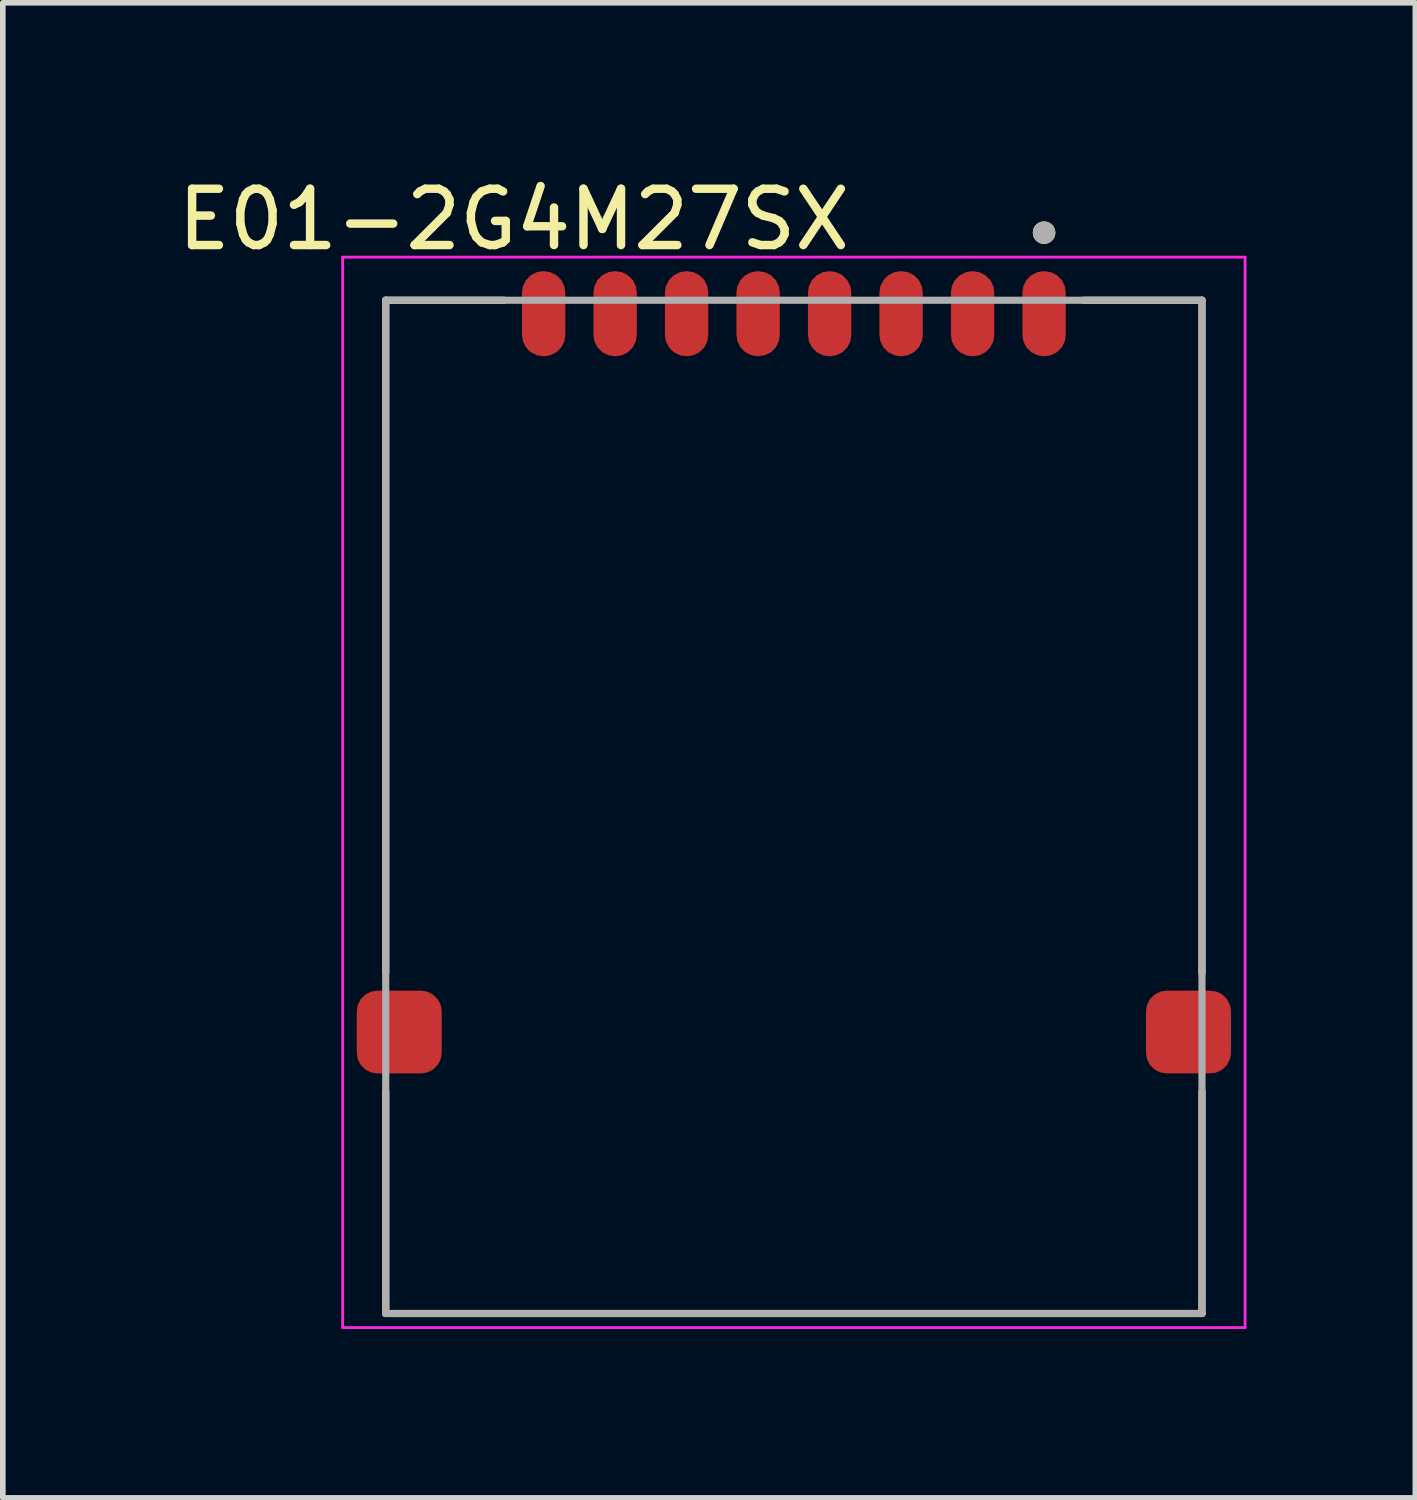
<source format=kicad_pcb>
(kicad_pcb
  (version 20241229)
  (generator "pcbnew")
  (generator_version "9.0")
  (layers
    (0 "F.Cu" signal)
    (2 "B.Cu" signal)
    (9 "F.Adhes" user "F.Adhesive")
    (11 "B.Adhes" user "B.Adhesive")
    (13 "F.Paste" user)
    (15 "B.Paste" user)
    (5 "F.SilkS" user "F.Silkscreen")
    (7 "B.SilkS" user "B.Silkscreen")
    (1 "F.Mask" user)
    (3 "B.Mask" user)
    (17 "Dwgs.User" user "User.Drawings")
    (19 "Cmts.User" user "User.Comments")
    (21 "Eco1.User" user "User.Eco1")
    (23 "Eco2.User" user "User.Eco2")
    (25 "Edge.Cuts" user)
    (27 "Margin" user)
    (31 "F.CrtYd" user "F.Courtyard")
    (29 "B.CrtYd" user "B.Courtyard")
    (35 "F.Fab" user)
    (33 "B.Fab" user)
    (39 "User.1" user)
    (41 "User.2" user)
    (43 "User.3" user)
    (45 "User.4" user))
  (footprint "E01-2G4M27SX"
    (layer "F.Cu")
    (at 11.052 11.283)
    (property "Reference" "E01-2G4M27SX" (at -4.975 -10.435 0) (layer "F.SilkS") (effects (font (size 1 1) (thickness 0.15))))
    (attr through_hole)
    (fp_line (start -7.25 -9) (end -7.25 2.95) (stroke (width 0.127) (type solid)) (layer "F.SilkS"))
    (fp_line (start -7.25 5.06) (end -7.25 9) (stroke (width 0.127) (type solid)) (layer "F.SilkS"))
    (fp_line (start -5.15 -9) (end -7.25 -9) (stroke (width 0.127) (type solid)) (layer "F.SilkS"))
    (fp_line (start 5.15 -9) (end 7.25 -9) (stroke (width 0.127) (type solid)) (layer "F.SilkS"))
    (fp_line (start 7.25 -9) (end 7.25 2.95) (stroke (width 0.127) (type solid)) (layer "F.SilkS"))
    (fp_line (start 7.25 9) (end -7.25 9) (stroke (width 0.127) (type solid)) (layer "F.SilkS"))
    (fp_line (start 7.25 9) (end 7.25 5.06) (stroke (width 0.127) (type solid)) (layer "F.SilkS"))
    (fp_circle (center 4.445 -10.2) (end 4.545 -10.2) (stroke (width 0.2) (type solid)) (fill no) (layer "F.SilkS"))
    (fp_line (start -8.015 -9.765) (end -8.015 9.25) (stroke (width 0.05) (type solid)) (layer "F.CrtYd"))
    (fp_line (start -8.015 9.25) (end 8.015 9.25) (stroke (width 0.05) (type solid)) (layer "F.CrtYd"))
    (fp_line (start 8.015 -9.765) (end -8.015 -9.765) (stroke (width 0.05) (type solid)) (layer "F.CrtYd"))
    (fp_line (start 8.015 9.25) (end 8.015 -9.765) (stroke (width 0.05) (type solid)) (layer "F.CrtYd"))
    (fp_line (start -7.25 9) (end -7.25 -9) (stroke (width 0.127) (type solid)) (layer "F.Fab"))
    (fp_line (start 7.25 -9) (end -7.25 -9) (stroke (width 0.127) (type solid)) (layer "F.Fab"))
    (fp_line (start 7.25 9) (end -7.25 9) (stroke (width 0.127) (type solid)) (layer "F.Fab"))
    (fp_line (start 7.25 9) (end 7.25 -9) (stroke (width 0.127) (type solid)) (layer "F.Fab"))
    (fp_circle (center 4.445 -10.2) (end 4.545 -10.2) (stroke (width 0.2) (type solid)) (fill no) (layer "F.Fab"))
    (pad "1" smd roundrect (at 4.445 -8.76) (size 0.77 1.51) (layers "F.Cu" "F.Mask" "F.Paste") (roundrect_rratio 0.49))
    (pad "2" smd roundrect (at 3.175 -8.76) (size 0.77 1.51) (layers "F.Cu" "F.Mask" "F.Paste") (roundrect_rratio 0.49))
    (pad "3" smd roundrect (at 1.905 -8.76) (size 0.77 1.51) (layers "F.Cu" "F.Mask" "F.Paste") (roundrect_rratio 0.49))
    (pad "4" smd roundrect (at 0.635 -8.76) (size 0.77 1.51) (layers "F.Cu" "F.Mask" "F.Paste") (roundrect_rratio 0.49))
    (pad "5" smd roundrect (at -0.635 -8.76) (size 0.77 1.51) (layers "F.Cu" "F.Mask" "F.Paste") (roundrect_rratio 0.49))
    (pad "6" smd roundrect (at -1.905 -8.76) (size 0.77 1.51) (layers "F.Cu" "F.Mask" "F.Paste") (roundrect_rratio 0.49))
    (pad "7" smd roundrect (at -3.175 -8.76) (size 0.77 1.51) (layers "F.Cu" "F.Mask" "F.Paste") (roundrect_rratio 0.49))
    (pad "8" smd roundrect (at -4.445 -8.76) (size 0.77 1.51) (layers "F.Cu" "F.Mask" "F.Paste") (roundrect_rratio 0.49))
    (pad "9" smd roundrect (at -7.01 4) (size 1.51 1.47) (layers "F.Cu" "F.Mask" "F.Paste") (roundrect_rratio 0.25))
    (pad "10" smd roundrect (at 7.01 4) (size 1.51 1.47) (layers "F.Cu" "F.Mask" "F.Paste") (roundrect_rratio 0.25)))
  (gr_rect
    (start -3 -3)
    (end 22.092 23.558)
    (stroke (width 0.1) (type default))
    (fill no)
    (layer "Edge.Cuts")))
</source>
